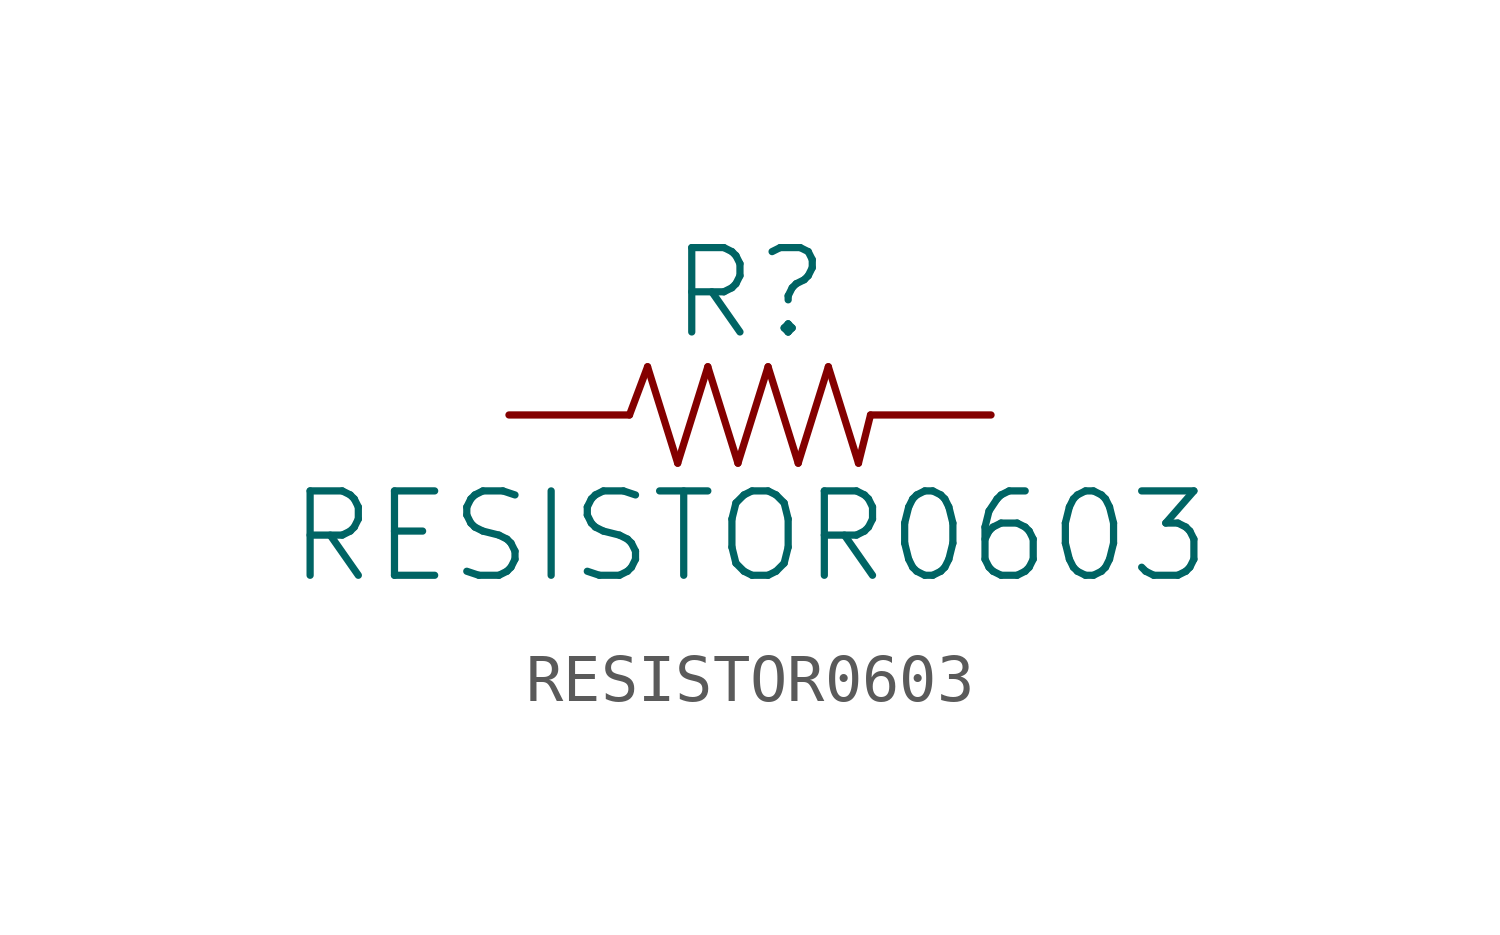
<source format=kicad_sym>
(kicad_symbol_lib
  (version 20231120)
  (generator "kicad_symbol_editor")
  (generator_version "8.0")
  (symbol "RESISTOR0603"
    (pin_names
      (offset 1.016))
    (property "Reference" "R"
      (at 0 1.524 0)
      (effects (font (size 1.778 1.778)) (justify bottom)))
    (property "Value" "RESISTOR0603"
      (at 0 -1.524 0)
      (effects (font (size 1.778 1.778)) (justify top)))
    (property "ki_locked" ""
      (at 0 0 0)
      (effects (font (size 1.27 1.27))))
    (symbol "RESISTOR0603_1_0"
      (polyline (pts (xy -2.54 0) (xy -2.159 1.016)) (stroke (width 0) (type solid)) (fill (type none)))
      (polyline (pts (xy -2.159 1.016) (xy -1.524 -1.016)) (stroke (width 0) (type solid)) (fill (type none)))
      (polyline (pts (xy -1.524 -1.016) (xy -0.889 1.016)) (stroke (width 0) (type solid)) (fill (type none)))
      (polyline (pts (xy -0.889 1.016) (xy -0.254 -1.016)) (stroke (width 0) (type solid)) (fill (type none)))
      (polyline (pts (xy -0.254 -1.016) (xy 0.381 1.016)) (stroke (width 0) (type solid)) (fill (type none)))
      (polyline (pts (xy 0.381 1.016) (xy 1.016 -1.016)) (stroke (width 0) (type solid)) (fill (type none)))
      (polyline (pts (xy 1.016 -1.016) (xy 1.651 1.016)) (stroke (width 0) (type solid)) (fill (type none)))
      (polyline (pts (xy 1.651 1.016) (xy 2.286 -1.016)) (stroke (width 0) (type solid)) (fill (type none)))
      (polyline (pts (xy 2.286 -1.016) (xy 2.54 0)) (stroke (width 0) (type solid)) (fill (type none)))
      (pin passive line (at -5.08 0 0) (length 2.54) (name "1" (effects (font (size 0 0)))) (number "1" (effects (font (size 0 0)))))
      (pin passive line (at 5.08 0 180) (length 2.54) (name "2" (effects (font (size 0 0)))) (number "2" (effects (font (size 0 0))))))))
</source>
